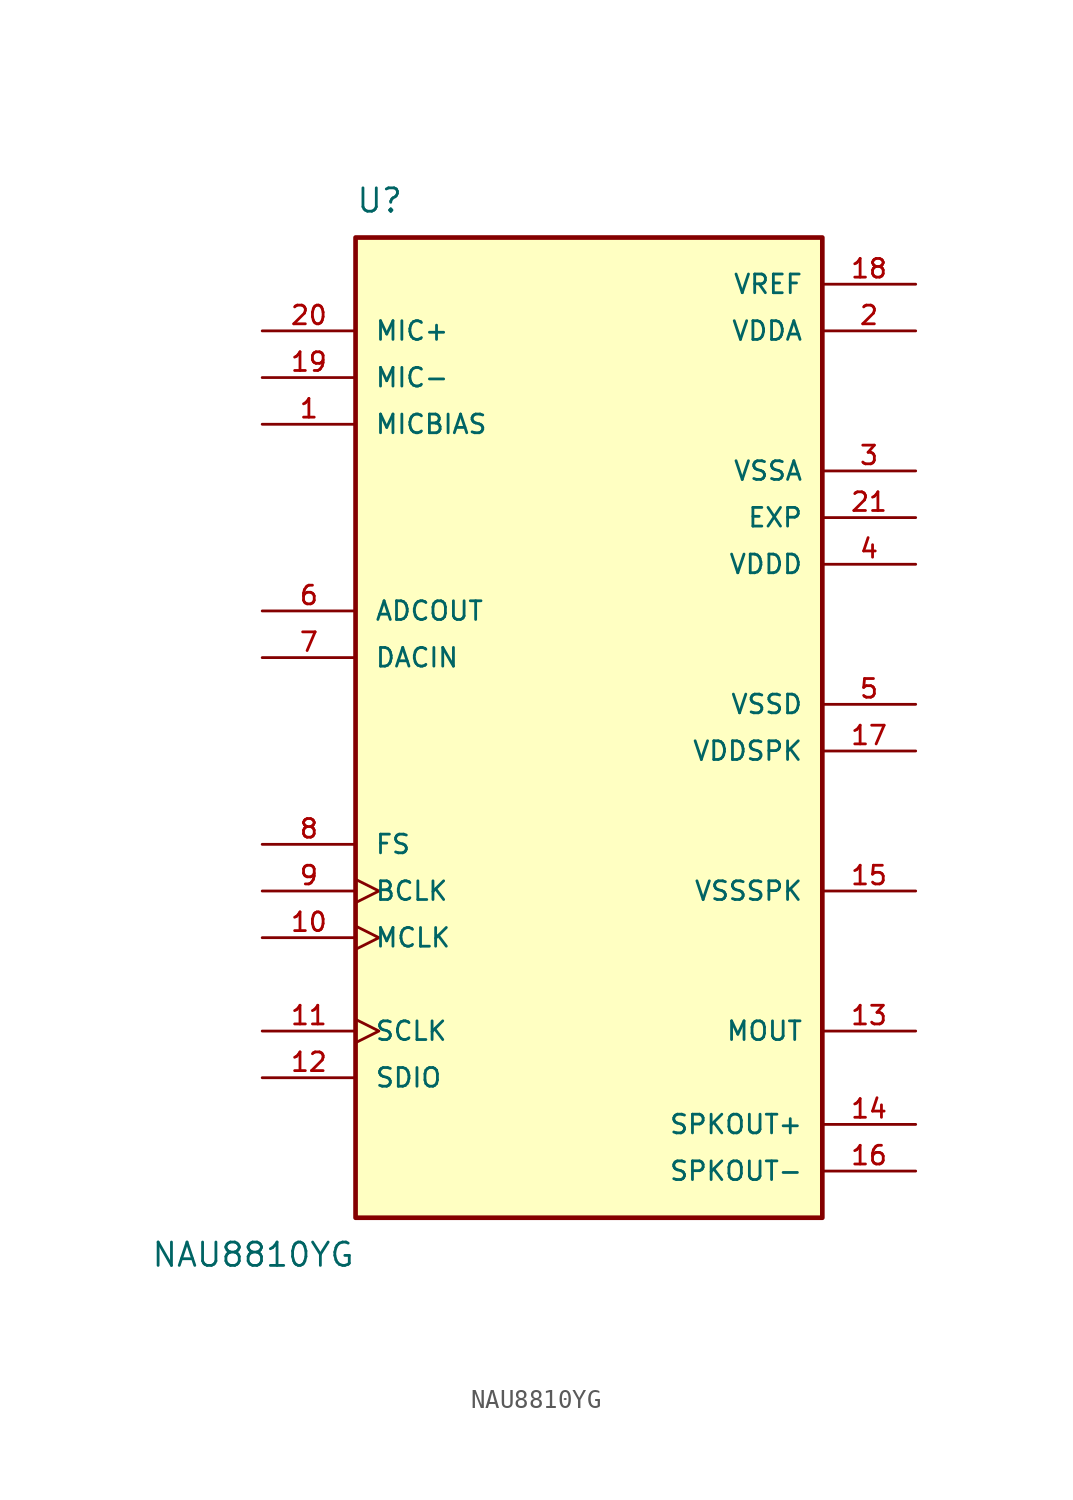
<source format=kicad_sym>
(kicad_symbol_lib
  (version 20220914)
  (generator kicad_symbol_editor)
  (symbol "NAU8810YG"
    (pin_names
      (offset 1.016))
    (property "Reference" "U"
      (at -12.7 26.67 0)
      (effects (font (size 1.27 1.27)) (justify left bottom)))
    (property "Value" "NAU8810YG"
      (at -12.7 -29.21 0)
      (effects (font (size 1.27 1.27)) (justify right top)))
    (symbol "NAU8810YG_0_0"
      (rectangle (start -12.7 -27.94) (end 12.7 25.4) (stroke (width 0.254) (type default)) (fill (type background)))
      (pin output line (at -17.78 15.24 0) (length 5.08) (name "MICBIAS" (effects (font (size 1.016 1.016)))) (number "1" (effects (font (size 1.016 1.016)))))
      (pin input clock (at -17.78 -12.7 0) (length 5.08) (name "MCLK" (effects (font (size 1.016 1.016)))) (number "10" (effects (font (size 1.016 1.016)))))
      (pin input clock (at -17.78 -17.78 0) (length 5.08) (name "SCLK" (effects (font (size 1.016 1.016)))) (number "11" (effects (font (size 1.016 1.016)))))
      (pin bidirectional line (at -17.78 -20.32 0) (length 5.08) (name "SDIO" (effects (font (size 1.016 1.016)))) (number "12" (effects (font (size 1.016 1.016)))))
      (pin output line (at 17.78 -17.78 180) (length 5.08) (name "MOUT" (effects (font (size 1.016 1.016)))) (number "13" (effects (font (size 1.016 1.016)))))
      (pin output line (at 17.78 -22.86 180) (length 5.08) (name "SPKOUT+" (effects (font (size 1.016 1.016)))) (number "14" (effects (font (size 1.016 1.016)))))
      (pin power_in line (at 17.78 -10.16 180) (length 5.08) (name "VSSSPK" (effects (font (size 1.016 1.016)))) (number "15" (effects (font (size 1.016 1.016)))))
      (pin output line (at 17.78 -25.4 180) (length 5.08) (name "SPKOUT-" (effects (font (size 1.016 1.016)))) (number "16" (effects (font (size 1.016 1.016)))))
      (pin power_in line (at 17.78 -2.54 180) (length 5.08) (name "VDDSPK" (effects (font (size 1.016 1.016)))) (number "17" (effects (font (size 1.016 1.016)))))
      (pin output line (at 17.78 22.86 180) (length 5.08) (name "VREF" (effects (font (size 1.016 1.016)))) (number "18" (effects (font (size 1.016 1.016)))))
      (pin input line (at -17.78 17.78 0) (length 5.08) (name "MIC-" (effects (font (size 1.016 1.016)))) (number "19" (effects (font (size 1.016 1.016)))))
      (pin power_in line (at 17.78 20.32 180) (length 5.08) (name "VDDA" (effects (font (size 1.016 1.016)))) (number "2" (effects (font (size 1.016 1.016)))))
      (pin input line (at -17.78 20.32 0) (length 5.08) (name "MIC+" (effects (font (size 1.016 1.016)))) (number "20" (effects (font (size 1.016 1.016)))))
      (pin passive line (at 17.78 10.16 180) (length 5.08) (name "EXP" (effects (font (size 1.016 1.016)))) (number "21" (effects (font (size 1.016 1.016)))))
      (pin power_in line (at 17.78 12.7 180) (length 5.08) (name "VSSA" (effects (font (size 1.016 1.016)))) (number "3" (effects (font (size 1.016 1.016)))))
      (pin power_in line (at 17.78 7.62 180) (length 5.08) (name "VDDD" (effects (font (size 1.016 1.016)))) (number "4" (effects (font (size 1.016 1.016)))))
      (pin power_in line (at 17.78 0 180) (length 5.08) (name "VSSD" (effects (font (size 1.016 1.016)))) (number "5" (effects (font (size 1.016 1.016)))))
      (pin output line (at -17.78 5.08 0) (length 5.08) (name "ADCOUT" (effects (font (size 1.016 1.016)))) (number "6" (effects (font (size 1.016 1.016)))))
      (pin input line (at -17.78 2.54 0) (length 5.08) (name "DACIN" (effects (font (size 1.016 1.016)))) (number "7" (effects (font (size 1.016 1.016)))))
      (pin bidirectional line (at -17.78 -7.62 0) (length 5.08) (name "FS" (effects (font (size 1.016 1.016)))) (number "8" (effects (font (size 1.016 1.016)))))
      (pin bidirectional clock (at -17.78 -10.16 0) (length 5.08) (name "BCLK" (effects (font (size 1.016 1.016)))) (number "9" (effects (font (size 1.016 1.016))))))))
</source>
